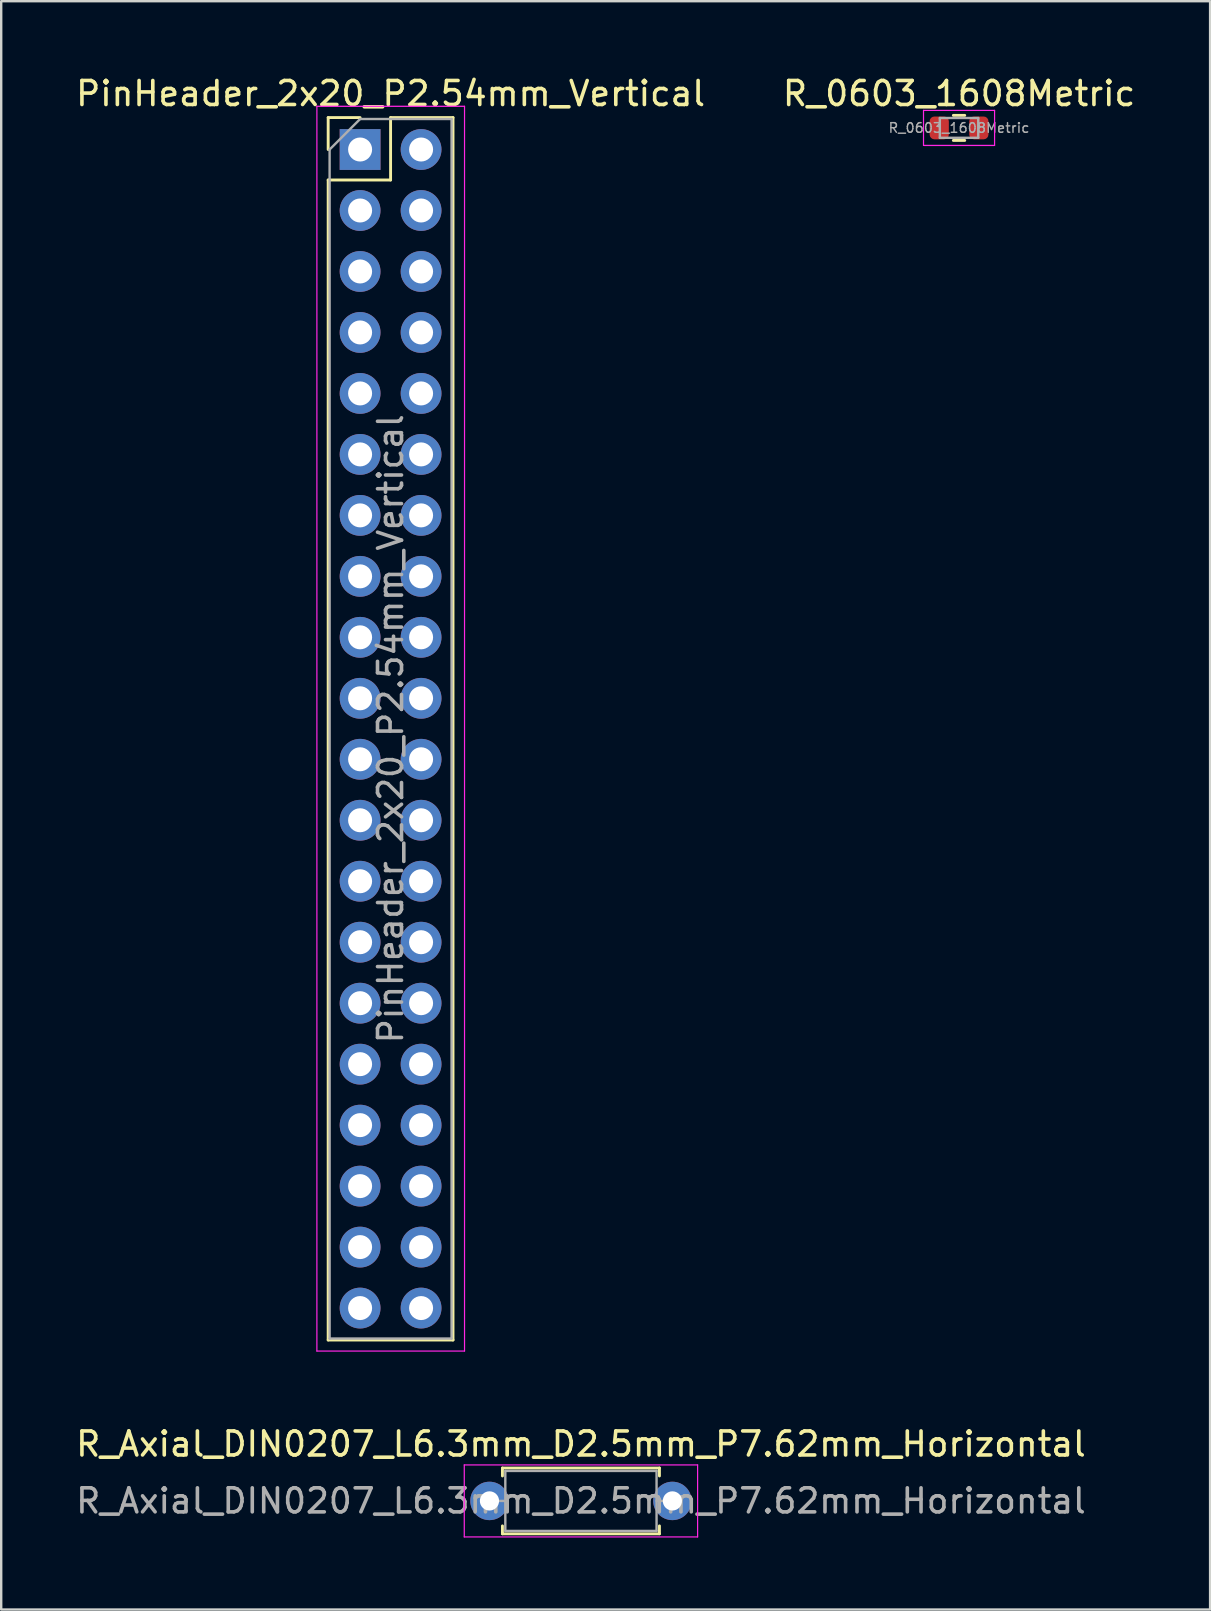
<source format=kicad_pcb>
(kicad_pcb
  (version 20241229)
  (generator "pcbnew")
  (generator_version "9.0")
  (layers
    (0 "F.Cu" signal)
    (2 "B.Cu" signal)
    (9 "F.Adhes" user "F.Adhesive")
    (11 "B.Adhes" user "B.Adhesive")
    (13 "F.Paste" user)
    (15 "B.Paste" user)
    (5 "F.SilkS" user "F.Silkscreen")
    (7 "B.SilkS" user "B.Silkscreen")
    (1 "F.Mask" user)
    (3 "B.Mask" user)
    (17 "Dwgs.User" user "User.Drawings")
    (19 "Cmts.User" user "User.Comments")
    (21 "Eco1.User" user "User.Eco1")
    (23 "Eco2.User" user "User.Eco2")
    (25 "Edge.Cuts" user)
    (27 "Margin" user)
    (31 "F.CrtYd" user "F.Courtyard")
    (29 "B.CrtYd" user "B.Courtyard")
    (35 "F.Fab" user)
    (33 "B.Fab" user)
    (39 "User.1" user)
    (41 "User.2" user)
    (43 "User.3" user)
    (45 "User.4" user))
  (footprint "R_0603_1608Metric"
    (layer "F.Cu")
    (at 36.899 2.278)
    (property "Reference" "R_0603_1608Metric" (at 0 -1.43 0) (layer "F.SilkS") (effects (font (size 1 1) (thickness 0.15))))
    (attr smd)
    (fp_line (start -0.237 -0.522) (end 0.237 -0.522) (stroke (width 0.12) (type solid)) (layer "F.SilkS"))
    (fp_line (start -0.237 0.522) (end 0.237 0.522) (stroke (width 0.12) (type solid)) (layer "F.SilkS"))
    (fp_line (start -1.48 -0.73) (end 1.48 -0.73) (stroke (width 0.05) (type solid)) (layer "F.CrtYd"))
    (fp_line (start -1.48 0.73) (end -1.48 -0.73) (stroke (width 0.05) (type solid)) (layer "F.CrtYd"))
    (fp_line (start 1.48 -0.73) (end 1.48 0.73) (stroke (width 0.05) (type solid)) (layer "F.CrtYd"))
    (fp_line (start 1.48 0.73) (end -1.48 0.73) (stroke (width 0.05) (type solid)) (layer "F.CrtYd"))
    (fp_line (start -0.8 -0.412) (end 0.8 -0.412) (stroke (width 0.1) (type solid)) (layer "F.Fab"))
    (fp_line (start -0.8 0.412) (end -0.8 -0.412) (stroke (width 0.1) (type solid)) (layer "F.Fab"))
    (fp_line (start 0.8 -0.412) (end 0.8 0.412) (stroke (width 0.1) (type solid)) (layer "F.Fab"))
    (fp_line (start 0.8 0.412) (end -0.8 0.412) (stroke (width 0.1) (type solid)) (layer "F.Fab"))
    (fp_text user "${REFERENCE}" (at 0 0 0) (layer "F.Fab") (effects (font (size 0.4 0.4) (thickness 0.06))))
    (pad "1" smd roundrect (at -0.825 0) (size 0.8 0.95) (layers "F.Cu" "F.Mask" "F.Paste") (roundrect_rratio 0.25))
    (pad "2" smd roundrect (at 0.825 0) (size 0.8 0.95) (layers "F.Cu" "F.Mask" "F.Paste") (roundrect_rratio 0.25)))
  (footprint "R_Axial_DIN0207_L6.3mm_D2.5mm_P7.62mm_Horizontal"
    (layer "F.Cu")
    (at 17.339 59.471)
    (property "Reference" "R_Axial_DIN0207_L6.3mm_D2.5mm_P7.62mm_Horizontal" (at 3.81 -2.37 0) (layer "F.SilkS") (effects (font (size 1 1) (thickness 0.15))))
    (attr through_hole)
    (fp_line (start 0.54 -1.37) (end 7.08 -1.37) (stroke (width 0.12) (type solid)) (layer "F.SilkS"))
    (fp_line (start 0.54 -1.04) (end 0.54 -1.37) (stroke (width 0.12) (type solid)) (layer "F.SilkS"))
    (fp_line (start 0.54 1.04) (end 0.54 1.37) (stroke (width 0.12) (type solid)) (layer "F.SilkS"))
    (fp_line (start 0.54 1.37) (end 7.08 1.37) (stroke (width 0.12) (type solid)) (layer "F.SilkS"))
    (fp_line (start 7.08 -1.37) (end 7.08 -1.04) (stroke (width 0.12) (type solid)) (layer "F.SilkS"))
    (fp_line (start 7.08 1.37) (end 7.08 1.04) (stroke (width 0.12) (type solid)) (layer "F.SilkS"))
    (fp_line (start -1.05 -1.5) (end -1.05 1.5) (stroke (width 0.05) (type solid)) (layer "F.CrtYd"))
    (fp_line (start -1.05 1.5) (end 8.67 1.5) (stroke (width 0.05) (type solid)) (layer "F.CrtYd"))
    (fp_line (start 8.67 -1.5) (end -1.05 -1.5) (stroke (width 0.05) (type solid)) (layer "F.CrtYd"))
    (fp_line (start 8.67 1.5) (end 8.67 -1.5) (stroke (width 0.05) (type solid)) (layer "F.CrtYd"))
    (fp_line (start 0 0) (end 0.66 0) (stroke (width 0.1) (type solid)) (layer "F.Fab"))
    (fp_line (start 0.66 -1.25) (end 0.66 1.25) (stroke (width 0.1) (type solid)) (layer "F.Fab"))
    (fp_line (start 0.66 1.25) (end 6.96 1.25) (stroke (width 0.1) (type solid)) (layer "F.Fab"))
    (fp_line (start 6.96 -1.25) (end 0.66 -1.25) (stroke (width 0.1) (type solid)) (layer "F.Fab"))
    (fp_line (start 6.96 1.25) (end 6.96 -1.25) (stroke (width 0.1) (type solid)) (layer "F.Fab"))
    (fp_line (start 7.62 0) (end 6.96 0) (stroke (width 0.1) (type solid)) (layer "F.Fab"))
    (fp_text user "${REFERENCE}" (at 3.81 0 0) (layer "F.Fab") (effects (font (size 1 1) (thickness 0.15))))
    (pad "1" thru_hole circle (at 0 0) (size 1.6 1.6) (drill 0.8) (layers "*.Cu" "*.Mask"))
    (pad "2" thru_hole oval (at 7.62 0) (size 1.6 1.6) (drill 0.8) (layers "*.Cu" "*.Mask")))
  (footprint "PinHeader_2x20_P2.54mm_Vertical"
    (layer "F.Cu")
    (at 11.95 3.178)
    (property "Reference" "PinHeader_2x20_P2.54mm_Vertical" (at 1.27 -2.33 0) (layer "F.SilkS") (effects (font (size 1 1) (thickness 0.15))))
    (attr through_hole)
    (fp_line (start -1.33 -1.33) (end 0 -1.33) (stroke (width 0.12) (type solid)) (layer "F.SilkS"))
    (fp_line (start -1.33 0) (end -1.33 -1.33) (stroke (width 0.12) (type solid)) (layer "F.SilkS"))
    (fp_line (start -1.33 1.27) (end -1.33 49.59) (stroke (width 0.12) (type solid)) (layer "F.SilkS"))
    (fp_line (start -1.33 1.27) (end 1.27 1.27) (stroke (width 0.12) (type solid)) (layer "F.SilkS"))
    (fp_line (start -1.33 49.59) (end 3.87 49.59) (stroke (width 0.12) (type solid)) (layer "F.SilkS"))
    (fp_line (start 1.27 -1.33) (end 3.87 -1.33) (stroke (width 0.12) (type solid)) (layer "F.SilkS"))
    (fp_line (start 1.27 1.27) (end 1.27 -1.33) (stroke (width 0.12) (type solid)) (layer "F.SilkS"))
    (fp_line (start 3.87 -1.33) (end 3.87 49.59) (stroke (width 0.12) (type solid)) (layer "F.SilkS"))
    (fp_line (start -1.8 -1.8) (end -1.8 50.05) (stroke (width 0.05) (type solid)) (layer "F.CrtYd"))
    (fp_line (start -1.8 50.05) (end 4.35 50.05) (stroke (width 0.05) (type solid)) (layer "F.CrtYd"))
    (fp_line (start 4.35 -1.8) (end -1.8 -1.8) (stroke (width 0.05) (type solid)) (layer "F.CrtYd"))
    (fp_line (start 4.35 50.05) (end 4.35 -1.8) (stroke (width 0.05) (type solid)) (layer "F.CrtYd"))
    (fp_line (start -1.27 0) (end 0 -1.27) (stroke (width 0.1) (type solid)) (layer "F.Fab"))
    (fp_line (start -1.27 49.53) (end -1.27 0) (stroke (width 0.1) (type solid)) (layer "F.Fab"))
    (fp_line (start 0 -1.27) (end 3.81 -1.27) (stroke (width 0.1) (type solid)) (layer "F.Fab"))
    (fp_line (start 3.81 -1.27) (end 3.81 49.53) (stroke (width 0.1) (type solid)) (layer "F.Fab"))
    (fp_line (start 3.81 49.53) (end -1.27 49.53) (stroke (width 0.1) (type solid)) (layer "F.Fab"))
    (fp_text user "${REFERENCE}" (at 1.27 24.13 90) (layer "F.Fab") (effects (font (size 1 1) (thickness 0.15))))
    (pad "1" thru_hole rect (at 0 0) (size 1.7 1.7) (drill 1) (layers "*.Cu" "*.Mask"))
    (pad "2" thru_hole oval (at 2.54 0) (size 1.7 1.7) (drill 1) (layers "*.Cu" "*.Mask"))
    (pad "3" thru_hole oval (at 0 2.54) (size 1.7 1.7) (drill 1) (layers "*.Cu" "*.Mask"))
    (pad "4" thru_hole oval (at 2.54 2.54) (size 1.7 1.7) (drill 1) (layers "*.Cu" "*.Mask"))
    (pad "5" thru_hole oval (at 0 5.08) (size 1.7 1.7) (drill 1) (layers "*.Cu" "*.Mask"))
    (pad "6" thru_hole oval (at 2.54 5.08) (size 1.7 1.7) (drill 1) (layers "*.Cu" "*.Mask"))
    (pad "7" thru_hole oval (at 0 7.62) (size 1.7 1.7) (drill 1) (layers "*.Cu" "*.Mask"))
    (pad "8" thru_hole oval (at 2.54 7.62) (size 1.7 1.7) (drill 1) (layers "*.Cu" "*.Mask"))
    (pad "9" thru_hole oval (at 0 10.16) (size 1.7 1.7) (drill 1) (layers "*.Cu" "*.Mask"))
    (pad "10" thru_hole oval (at 2.54 10.16) (size 1.7 1.7) (drill 1) (layers "*.Cu" "*.Mask"))
    (pad "11" thru_hole oval (at 0 12.7) (size 1.7 1.7) (drill 1) (layers "*.Cu" "*.Mask"))
    (pad "12" thru_hole oval (at 2.54 12.7) (size 1.7 1.7) (drill 1) (layers "*.Cu" "*.Mask"))
    (pad "13" thru_hole oval (at 0 15.24) (size 1.7 1.7) (drill 1) (layers "*.Cu" "*.Mask"))
    (pad "14" thru_hole oval (at 2.54 15.24) (size 1.7 1.7) (drill 1) (layers "*.Cu" "*.Mask"))
    (pad "15" thru_hole oval (at 0 17.78) (size 1.7 1.7) (drill 1) (layers "*.Cu" "*.Mask"))
    (pad "16" thru_hole oval (at 2.54 17.78) (size 1.7 1.7) (drill 1) (layers "*.Cu" "*.Mask"))
    (pad "17" thru_hole oval (at 0 20.32) (size 1.7 1.7) (drill 1) (layers "*.Cu" "*.Mask"))
    (pad "18" thru_hole oval (at 2.54 20.32) (size 1.7 1.7) (drill 1) (layers "*.Cu" "*.Mask"))
    (pad "19" thru_hole oval (at 0 22.86) (size 1.7 1.7) (drill 1) (layers "*.Cu" "*.Mask"))
    (pad "20" thru_hole oval (at 2.54 22.86) (size 1.7 1.7) (drill 1) (layers "*.Cu" "*.Mask"))
    (pad "21" thru_hole oval (at 0 25.4) (size 1.7 1.7) (drill 1) (layers "*.Cu" "*.Mask"))
    (pad "22" thru_hole oval (at 2.54 25.4) (size 1.7 1.7) (drill 1) (layers "*.Cu" "*.Mask"))
    (pad "23" thru_hole oval (at 0 27.94) (size 1.7 1.7) (drill 1) (layers "*.Cu" "*.Mask"))
    (pad "24" thru_hole oval (at 2.54 27.94) (size 1.7 1.7) (drill 1) (layers "*.Cu" "*.Mask"))
    (pad "25" thru_hole oval (at 0 30.48) (size 1.7 1.7) (drill 1) (layers "*.Cu" "*.Mask"))
    (pad "26" thru_hole oval (at 2.54 30.48) (size 1.7 1.7) (drill 1) (layers "*.Cu" "*.Mask"))
    (pad "27" thru_hole oval (at 0 33.02) (size 1.7 1.7) (drill 1) (layers "*.Cu" "*.Mask"))
    (pad "28" thru_hole oval (at 2.54 33.02) (size 1.7 1.7) (drill 1) (layers "*.Cu" "*.Mask"))
    (pad "29" thru_hole oval (at 0 35.56) (size 1.7 1.7) (drill 1) (layers "*.Cu" "*.Mask"))
    (pad "30" thru_hole oval (at 2.54 35.56) (size 1.7 1.7) (drill 1) (layers "*.Cu" "*.Mask"))
    (pad "31" thru_hole oval (at 0 38.1) (size 1.7 1.7) (drill 1) (layers "*.Cu" "*.Mask"))
    (pad "32" thru_hole oval (at 2.54 38.1) (size 1.7 1.7) (drill 1) (layers "*.Cu" "*.Mask"))
    (pad "33" thru_hole oval (at 0 40.64) (size 1.7 1.7) (drill 1) (layers "*.Cu" "*.Mask"))
    (pad "34" thru_hole oval (at 2.54 40.64) (size 1.7 1.7) (drill 1) (layers "*.Cu" "*.Mask"))
    (pad "35" thru_hole oval (at 0 43.18) (size 1.7 1.7) (drill 1) (layers "*.Cu" "*.Mask"))
    (pad "36" thru_hole oval (at 2.54 43.18) (size 1.7 1.7) (drill 1) (layers "*.Cu" "*.Mask"))
    (pad "37" thru_hole oval (at 0 45.72) (size 1.7 1.7) (drill 1) (layers "*.Cu" "*.Mask"))
    (pad "38" thru_hole oval (at 2.54 45.72) (size 1.7 1.7) (drill 1) (layers "*.Cu" "*.Mask"))
    (pad "39" thru_hole oval (at 0 48.26) (size 1.7 1.7) (drill 1) (layers "*.Cu" "*.Mask"))
    (pad "40" thru_hole oval (at 2.54 48.26) (size 1.7 1.7) (drill 1) (layers "*.Cu" "*.Mask")))
  (gr_rect
    (start -3 -3)
    (end 47.357 63.996)
    (stroke (width 0.1) (type default))
    (fill no)
    (layer "Edge.Cuts")))
</source>
